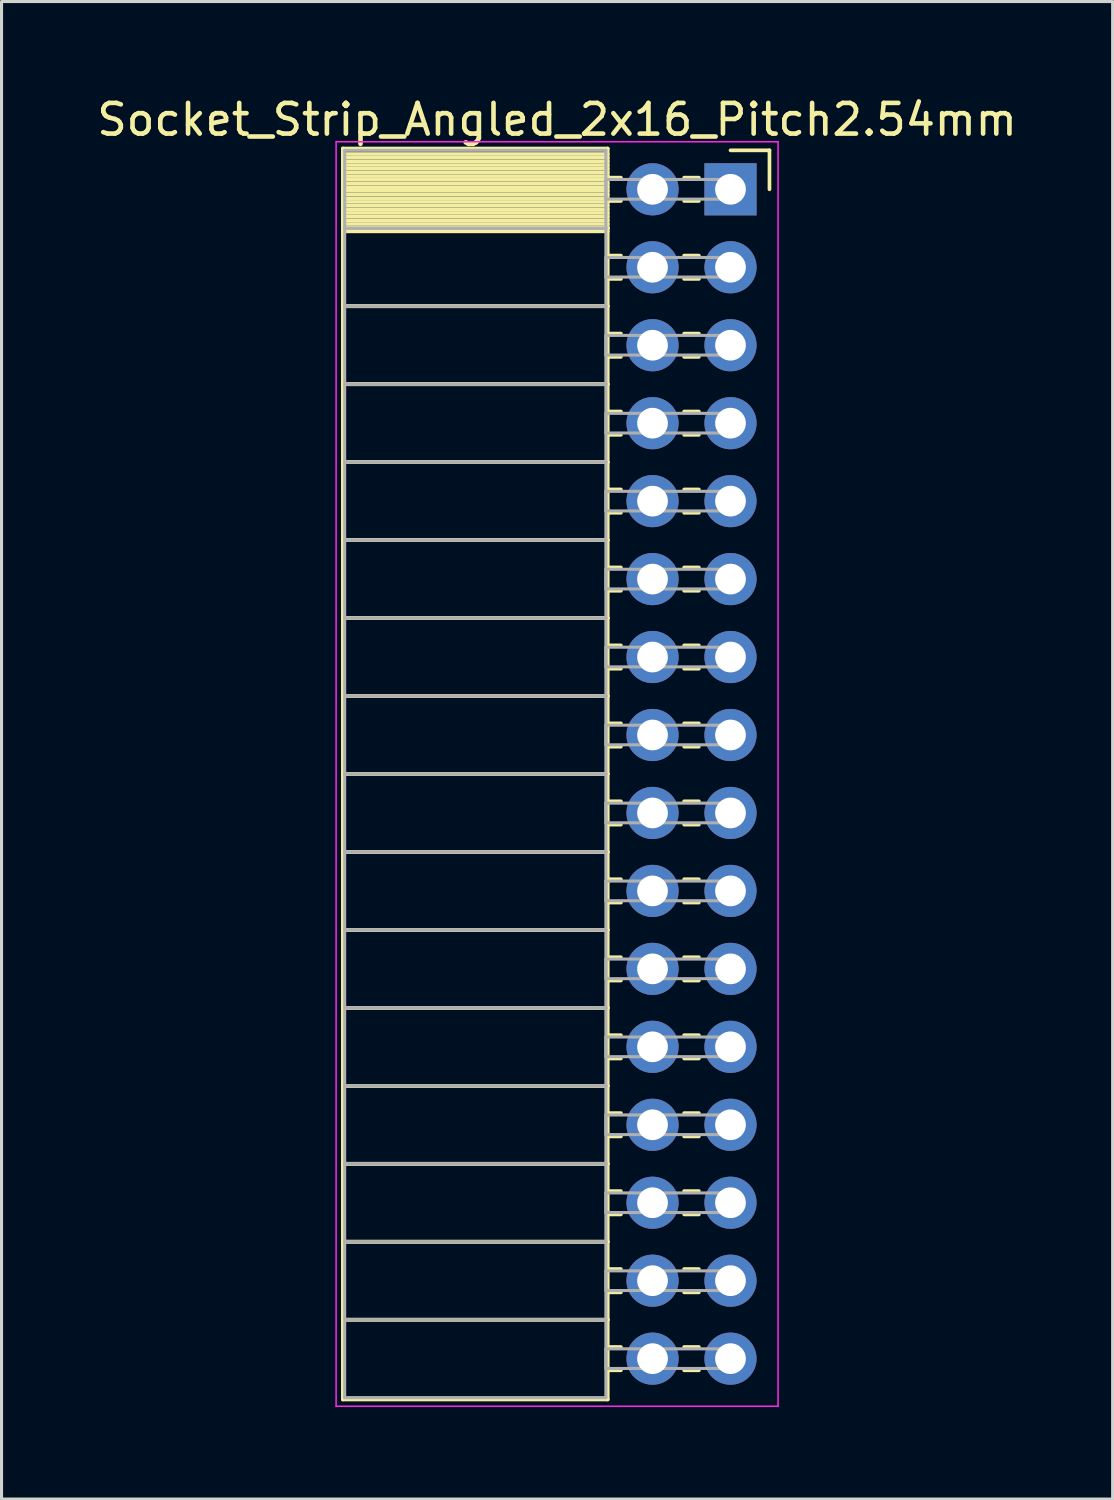
<source format=kicad_pcb>
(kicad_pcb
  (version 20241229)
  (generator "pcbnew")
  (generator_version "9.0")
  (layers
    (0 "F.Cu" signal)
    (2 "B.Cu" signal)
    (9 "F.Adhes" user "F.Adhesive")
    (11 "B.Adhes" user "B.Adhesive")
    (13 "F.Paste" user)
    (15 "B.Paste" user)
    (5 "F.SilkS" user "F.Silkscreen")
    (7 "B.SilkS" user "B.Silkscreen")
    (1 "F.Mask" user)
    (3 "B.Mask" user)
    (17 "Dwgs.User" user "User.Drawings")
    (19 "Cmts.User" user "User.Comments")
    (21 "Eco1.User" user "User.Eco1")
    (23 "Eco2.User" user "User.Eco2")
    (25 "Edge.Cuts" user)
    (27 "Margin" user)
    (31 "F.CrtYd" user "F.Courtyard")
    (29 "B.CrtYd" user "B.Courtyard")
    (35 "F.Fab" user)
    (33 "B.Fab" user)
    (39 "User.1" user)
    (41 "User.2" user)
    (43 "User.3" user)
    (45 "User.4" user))
  (footprint "Socket_Strip_Angled_2x16_Pitch2.54mm"
    (layer "F.Cu")
    (at 20.751 3.118)
    (property "Reference" "Socket_Strip_Angled_2x16_Pitch2.54mm" (at -5.65 -2.27 0) (layer "F.SilkS") (effects (font (size 1 1) (thickness 0.15))))
    (attr through_hole)
    (fp_line (start -12.63 -1.33) (end -4 -1.33) (stroke (width 0.12) (type solid)) (layer "F.SilkS"))
    (fp_line (start -12.63 1.27) (end -12.63 -1.33) (stroke (width 0.12) (type solid)) (layer "F.SilkS"))
    (fp_line (start -12.63 1.27) (end -4 1.27) (stroke (width 0.12) (type solid)) (layer "F.SilkS"))
    (fp_line (start -12.63 3.81) (end -12.63 1.27) (stroke (width 0.12) (type solid)) (layer "F.SilkS"))
    (fp_line (start -12.63 3.81) (end -4 3.81) (stroke (width 0.12) (type solid)) (layer "F.SilkS"))
    (fp_line (start -12.63 6.35) (end -12.63 3.81) (stroke (width 0.12) (type solid)) (layer "F.SilkS"))
    (fp_line (start -12.63 6.35) (end -4 6.35) (stroke (width 0.12) (type solid)) (layer "F.SilkS"))
    (fp_line (start -12.63 8.89) (end -12.63 6.35) (stroke (width 0.12) (type solid)) (layer "F.SilkS"))
    (fp_line (start -12.63 8.89) (end -4 8.89) (stroke (width 0.12) (type solid)) (layer "F.SilkS"))
    (fp_line (start -12.63 11.43) (end -12.63 8.89) (stroke (width 0.12) (type solid)) (layer "F.SilkS"))
    (fp_line (start -12.63 11.43) (end -4 11.43) (stroke (width 0.12) (type solid)) (layer "F.SilkS"))
    (fp_line (start -12.63 13.97) (end -12.63 11.43) (stroke (width 0.12) (type solid)) (layer "F.SilkS"))
    (fp_line (start -12.63 13.97) (end -4 13.97) (stroke (width 0.12) (type solid)) (layer "F.SilkS"))
    (fp_line (start -12.63 16.51) (end -12.63 13.97) (stroke (width 0.12) (type solid)) (layer "F.SilkS"))
    (fp_line (start -12.63 16.51) (end -4 16.51) (stroke (width 0.12) (type solid)) (layer "F.SilkS"))
    (fp_line (start -12.63 19.05) (end -12.63 16.51) (stroke (width 0.12) (type solid)) (layer "F.SilkS"))
    (fp_line (start -12.63 19.05) (end -4 19.05) (stroke (width 0.12) (type solid)) (layer "F.SilkS"))
    (fp_line (start -12.63 21.59) (end -12.63 19.05) (stroke (width 0.12) (type solid)) (layer "F.SilkS"))
    (fp_line (start -12.63 21.59) (end -4 21.59) (stroke (width 0.12) (type solid)) (layer "F.SilkS"))
    (fp_line (start -12.63 24.13) (end -12.63 21.59) (stroke (width 0.12) (type solid)) (layer "F.SilkS"))
    (fp_line (start -12.63 24.13) (end -4 24.13) (stroke (width 0.12) (type solid)) (layer "F.SilkS"))
    (fp_line (start -12.63 26.67) (end -12.63 24.13) (stroke (width 0.12) (type solid)) (layer "F.SilkS"))
    (fp_line (start -12.63 26.67) (end -4 26.67) (stroke (width 0.12) (type solid)) (layer "F.SilkS"))
    (fp_line (start -12.63 29.21) (end -12.63 26.67) (stroke (width 0.12) (type solid)) (layer "F.SilkS"))
    (fp_line (start -12.63 29.21) (end -4 29.21) (stroke (width 0.12) (type solid)) (layer "F.SilkS"))
    (fp_line (start -12.63 31.75) (end -12.63 29.21) (stroke (width 0.12) (type solid)) (layer "F.SilkS"))
    (fp_line (start -12.63 31.75) (end -4 31.75) (stroke (width 0.12) (type solid)) (layer "F.SilkS"))
    (fp_line (start -12.63 34.29) (end -12.63 31.75) (stroke (width 0.12) (type solid)) (layer "F.SilkS"))
    (fp_line (start -12.63 34.29) (end -4 34.29) (stroke (width 0.12) (type solid)) (layer "F.SilkS"))
    (fp_line (start -12.63 36.83) (end -12.63 34.29) (stroke (width 0.12) (type solid)) (layer "F.SilkS"))
    (fp_line (start -12.63 36.83) (end -4 36.83) (stroke (width 0.12) (type solid)) (layer "F.SilkS"))
    (fp_line (start -12.63 39.43) (end -12.63 36.83) (stroke (width 0.12) (type solid)) (layer "F.SilkS"))
    (fp_line (start -4 -1.33) (end -4 1.27) (stroke (width 0.12) (type solid)) (layer "F.SilkS"))
    (fp_line (start -4 -1.15) (end -12.63 -1.15) (stroke (width 0.12) (type solid)) (layer "F.SilkS"))
    (fp_line (start -4 -1.03) (end -12.63 -1.03) (stroke (width 0.12) (type solid)) (layer "F.SilkS"))
    (fp_line (start -4 -0.91) (end -12.63 -0.91) (stroke (width 0.12) (type solid)) (layer "F.SilkS"))
    (fp_line (start -4 -0.79) (end -12.63 -0.79) (stroke (width 0.12) (type solid)) (layer "F.SilkS"))
    (fp_line (start -4 -0.67) (end -12.63 -0.67) (stroke (width 0.12) (type solid)) (layer "F.SilkS"))
    (fp_line (start -4 -0.55) (end -12.63 -0.55) (stroke (width 0.12) (type solid)) (layer "F.SilkS"))
    (fp_line (start -4 -0.43) (end -12.63 -0.43) (stroke (width 0.12) (type solid)) (layer "F.SilkS"))
    (fp_line (start -4 -0.31) (end -12.63 -0.31) (stroke (width 0.12) (type solid)) (layer "F.SilkS"))
    (fp_line (start -4 -0.19) (end -12.63 -0.19) (stroke (width 0.12) (type solid)) (layer "F.SilkS"))
    (fp_line (start -4 -0.07) (end -12.63 -0.07) (stroke (width 0.12) (type solid)) (layer "F.SilkS"))
    (fp_line (start -4 0.05) (end -12.63 0.05) (stroke (width 0.12) (type solid)) (layer "F.SilkS"))
    (fp_line (start -4 0.17) (end -12.63 0.17) (stroke (width 0.12) (type solid)) (layer "F.SilkS"))
    (fp_line (start -4 0.29) (end -12.63 0.29) (stroke (width 0.12) (type solid)) (layer "F.SilkS"))
    (fp_line (start -4 0.41) (end -12.63 0.41) (stroke (width 0.12) (type solid)) (layer "F.SilkS"))
    (fp_line (start -4 0.53) (end -12.63 0.53) (stroke (width 0.12) (type solid)) (layer "F.SilkS"))
    (fp_line (start -4 0.65) (end -12.63 0.65) (stroke (width 0.12) (type solid)) (layer "F.SilkS"))
    (fp_line (start -4 0.77) (end -12.63 0.77) (stroke (width 0.12) (type solid)) (layer "F.SilkS"))
    (fp_line (start -4 0.89) (end -12.63 0.89) (stroke (width 0.12) (type solid)) (layer "F.SilkS"))
    (fp_line (start -4 1.01) (end -12.63 1.01) (stroke (width 0.12) (type solid)) (layer "F.SilkS"))
    (fp_line (start -4 1.13) (end -12.63 1.13) (stroke (width 0.12) (type solid)) (layer "F.SilkS"))
    (fp_line (start -4 1.25) (end -12.63 1.25) (stroke (width 0.12) (type solid)) (layer "F.SilkS"))
    (fp_line (start -4 1.27) (end -12.63 1.27) (stroke (width 0.12) (type solid)) (layer "F.SilkS"))
    (fp_line (start -4 1.27) (end -4 3.81) (stroke (width 0.12) (type solid)) (layer "F.SilkS"))
    (fp_line (start -4 1.37) (end -12.63 1.37) (stroke (width 0.12) (type solid)) (layer "F.SilkS"))
    (fp_line (start -4 3.81) (end -12.63 3.81) (stroke (width 0.12) (type solid)) (layer "F.SilkS"))
    (fp_line (start -4 3.81) (end -4 6.35) (stroke (width 0.12) (type solid)) (layer "F.SilkS"))
    (fp_line (start -4 6.35) (end -12.63 6.35) (stroke (width 0.12) (type solid)) (layer "F.SilkS"))
    (fp_line (start -4 6.35) (end -4 8.89) (stroke (width 0.12) (type solid)) (layer "F.SilkS"))
    (fp_line (start -4 8.89) (end -12.63 8.89) (stroke (width 0.12) (type solid)) (layer "F.SilkS"))
    (fp_line (start -4 8.89) (end -4 11.43) (stroke (width 0.12) (type solid)) (layer "F.SilkS"))
    (fp_line (start -4 11.43) (end -12.63 11.43) (stroke (width 0.12) (type solid)) (layer "F.SilkS"))
    (fp_line (start -4 11.43) (end -4 13.97) (stroke (width 0.12) (type solid)) (layer "F.SilkS"))
    (fp_line (start -4 13.97) (end -12.63 13.97) (stroke (width 0.12) (type solid)) (layer "F.SilkS"))
    (fp_line (start -4 13.97) (end -4 16.51) (stroke (width 0.12) (type solid)) (layer "F.SilkS"))
    (fp_line (start -4 16.51) (end -12.63 16.51) (stroke (width 0.12) (type solid)) (layer "F.SilkS"))
    (fp_line (start -4 16.51) (end -4 19.05) (stroke (width 0.12) (type solid)) (layer "F.SilkS"))
    (fp_line (start -4 19.05) (end -12.63 19.05) (stroke (width 0.12) (type solid)) (layer "F.SilkS"))
    (fp_line (start -4 19.05) (end -4 21.59) (stroke (width 0.12) (type solid)) (layer "F.SilkS"))
    (fp_line (start -4 21.59) (end -12.63 21.59) (stroke (width 0.12) (type solid)) (layer "F.SilkS"))
    (fp_line (start -4 21.59) (end -4 24.13) (stroke (width 0.12) (type solid)) (layer "F.SilkS"))
    (fp_line (start -4 24.13) (end -12.63 24.13) (stroke (width 0.12) (type solid)) (layer "F.SilkS"))
    (fp_line (start -4 24.13) (end -4 26.67) (stroke (width 0.12) (type solid)) (layer "F.SilkS"))
    (fp_line (start -4 26.67) (end -12.63 26.67) (stroke (width 0.12) (type solid)) (layer "F.SilkS"))
    (fp_line (start -4 26.67) (end -4 29.21) (stroke (width 0.12) (type solid)) (layer "F.SilkS"))
    (fp_line (start -4 29.21) (end -12.63 29.21) (stroke (width 0.12) (type solid)) (layer "F.SilkS"))
    (fp_line (start -4 29.21) (end -4 31.75) (stroke (width 0.12) (type solid)) (layer "F.SilkS"))
    (fp_line (start -4 31.75) (end -12.63 31.75) (stroke (width 0.12) (type solid)) (layer "F.SilkS"))
    (fp_line (start -4 31.75) (end -4 34.29) (stroke (width 0.12) (type solid)) (layer "F.SilkS"))
    (fp_line (start -4 34.29) (end -12.63 34.29) (stroke (width 0.12) (type solid)) (layer "F.SilkS"))
    (fp_line (start -4 34.29) (end -4 36.83) (stroke (width 0.12) (type solid)) (layer "F.SilkS"))
    (fp_line (start -4 36.83) (end -12.63 36.83) (stroke (width 0.12) (type solid)) (layer "F.SilkS"))
    (fp_line (start -4 36.83) (end -4 39.43) (stroke (width 0.12) (type solid)) (layer "F.SilkS"))
    (fp_line (start -4 39.43) (end -12.63 39.43) (stroke (width 0.12) (type solid)) (layer "F.SilkS"))
    (fp_line (start -3.57 -0.38) (end -4 -0.38) (stroke (width 0.12) (type solid)) (layer "F.SilkS"))
    (fp_line (start -3.57 0.38) (end -4 0.38) (stroke (width 0.12) (type solid)) (layer "F.SilkS"))
    (fp_line (start -3.57 2.16) (end -4 2.16) (stroke (width 0.12) (type solid)) (layer "F.SilkS"))
    (fp_line (start -3.57 2.92) (end -4 2.92) (stroke (width 0.12) (type solid)) (layer "F.SilkS"))
    (fp_line (start -3.57 4.7) (end -4 4.7) (stroke (width 0.12) (type solid)) (layer "F.SilkS"))
    (fp_line (start -3.57 5.46) (end -4 5.46) (stroke (width 0.12) (type solid)) (layer "F.SilkS"))
    (fp_line (start -3.57 7.24) (end -4 7.24) (stroke (width 0.12) (type solid)) (layer "F.SilkS"))
    (fp_line (start -3.57 8) (end -4 8) (stroke (width 0.12) (type solid)) (layer "F.SilkS"))
    (fp_line (start -3.57 9.78) (end -4 9.78) (stroke (width 0.12) (type solid)) (layer "F.SilkS"))
    (fp_line (start -3.57 10.54) (end -4 10.54) (stroke (width 0.12) (type solid)) (layer "F.SilkS"))
    (fp_line (start -3.57 12.32) (end -4 12.32) (stroke (width 0.12) (type solid)) (layer "F.SilkS"))
    (fp_line (start -3.57 13.08) (end -4 13.08) (stroke (width 0.12) (type solid)) (layer "F.SilkS"))
    (fp_line (start -3.57 14.86) (end -4 14.86) (stroke (width 0.12) (type solid)) (layer "F.SilkS"))
    (fp_line (start -3.57 15.62) (end -4 15.62) (stroke (width 0.12) (type solid)) (layer "F.SilkS"))
    (fp_line (start -3.57 17.4) (end -4 17.4) (stroke (width 0.12) (type solid)) (layer "F.SilkS"))
    (fp_line (start -3.57 18.16) (end -4 18.16) (stroke (width 0.12) (type solid)) (layer "F.SilkS"))
    (fp_line (start -3.57 19.94) (end -4 19.94) (stroke (width 0.12) (type solid)) (layer "F.SilkS"))
    (fp_line (start -3.57 20.7) (end -4 20.7) (stroke (width 0.12) (type solid)) (layer "F.SilkS"))
    (fp_line (start -3.57 22.48) (end -4 22.48) (stroke (width 0.12) (type solid)) (layer "F.SilkS"))
    (fp_line (start -3.57 23.24) (end -4 23.24) (stroke (width 0.12) (type solid)) (layer "F.SilkS"))
    (fp_line (start -3.57 25.02) (end -4 25.02) (stroke (width 0.12) (type solid)) (layer "F.SilkS"))
    (fp_line (start -3.57 25.78) (end -4 25.78) (stroke (width 0.12) (type solid)) (layer "F.SilkS"))
    (fp_line (start -3.57 27.56) (end -4 27.56) (stroke (width 0.12) (type solid)) (layer "F.SilkS"))
    (fp_line (start -3.57 28.32) (end -4 28.32) (stroke (width 0.12) (type solid)) (layer "F.SilkS"))
    (fp_line (start -3.57 30.1) (end -4 30.1) (stroke (width 0.12) (type solid)) (layer "F.SilkS"))
    (fp_line (start -3.57 30.86) (end -4 30.86) (stroke (width 0.12) (type solid)) (layer "F.SilkS"))
    (fp_line (start -3.57 32.64) (end -4 32.64) (stroke (width 0.12) (type solid)) (layer "F.SilkS"))
    (fp_line (start -3.57 33.4) (end -4 33.4) (stroke (width 0.12) (type solid)) (layer "F.SilkS"))
    (fp_line (start -3.57 35.18) (end -4 35.18) (stroke (width 0.12) (type solid)) (layer "F.SilkS"))
    (fp_line (start -3.57 35.94) (end -4 35.94) (stroke (width 0.12) (type solid)) (layer "F.SilkS"))
    (fp_line (start -3.57 37.72) (end -4 37.72) (stroke (width 0.12) (type solid)) (layer "F.SilkS"))
    (fp_line (start -3.57 38.48) (end -4 38.48) (stroke (width 0.12) (type solid)) (layer "F.SilkS"))
    (fp_line (start -1.03 -0.38) (end -1.51 -0.38) (stroke (width 0.12) (type solid)) (layer "F.SilkS"))
    (fp_line (start -1.03 0.38) (end -1.51 0.38) (stroke (width 0.12) (type solid)) (layer "F.SilkS"))
    (fp_line (start -1.03 2.16) (end -1.51 2.16) (stroke (width 0.12) (type solid)) (layer "F.SilkS"))
    (fp_line (start -1.03 2.92) (end -1.51 2.92) (stroke (width 0.12) (type solid)) (layer "F.SilkS"))
    (fp_line (start -1.03 4.7) (end -1.51 4.7) (stroke (width 0.12) (type solid)) (layer "F.SilkS"))
    (fp_line (start -1.03 5.46) (end -1.51 5.46) (stroke (width 0.12) (type solid)) (layer "F.SilkS"))
    (fp_line (start -1.03 7.24) (end -1.51 7.24) (stroke (width 0.12) (type solid)) (layer "F.SilkS"))
    (fp_line (start -1.03 8) (end -1.51 8) (stroke (width 0.12) (type solid)) (layer "F.SilkS"))
    (fp_line (start -1.03 9.78) (end -1.51 9.78) (stroke (width 0.12) (type solid)) (layer "F.SilkS"))
    (fp_line (start -1.03 10.54) (end -1.51 10.54) (stroke (width 0.12) (type solid)) (layer "F.SilkS"))
    (fp_line (start -1.03 12.32) (end -1.51 12.32) (stroke (width 0.12) (type solid)) (layer "F.SilkS"))
    (fp_line (start -1.03 13.08) (end -1.51 13.08) (stroke (width 0.12) (type solid)) (layer "F.SilkS"))
    (fp_line (start -1.03 14.86) (end -1.51 14.86) (stroke (width 0.12) (type solid)) (layer "F.SilkS"))
    (fp_line (start -1.03 15.62) (end -1.51 15.62) (stroke (width 0.12) (type solid)) (layer "F.SilkS"))
    (fp_line (start -1.03 17.4) (end -1.51 17.4) (stroke (width 0.12) (type solid)) (layer "F.SilkS"))
    (fp_line (start -1.03 18.16) (end -1.51 18.16) (stroke (width 0.12) (type solid)) (layer "F.SilkS"))
    (fp_line (start -1.03 19.94) (end -1.51 19.94) (stroke (width 0.12) (type solid)) (layer "F.SilkS"))
    (fp_line (start -1.03 20.7) (end -1.51 20.7) (stroke (width 0.12) (type solid)) (layer "F.SilkS"))
    (fp_line (start -1.03 22.48) (end -1.51 22.48) (stroke (width 0.12) (type solid)) (layer "F.SilkS"))
    (fp_line (start -1.03 23.24) (end -1.51 23.24) (stroke (width 0.12) (type solid)) (layer "F.SilkS"))
    (fp_line (start -1.03 25.02) (end -1.51 25.02) (stroke (width 0.12) (type solid)) (layer "F.SilkS"))
    (fp_line (start -1.03 25.78) (end -1.51 25.78) (stroke (width 0.12) (type solid)) (layer "F.SilkS"))
    (fp_line (start -1.03 27.56) (end -1.51 27.56) (stroke (width 0.12) (type solid)) (layer "F.SilkS"))
    (fp_line (start -1.03 28.32) (end -1.51 28.32) (stroke (width 0.12) (type solid)) (layer "F.SilkS"))
    (fp_line (start -1.03 30.1) (end -1.51 30.1) (stroke (width 0.12) (type solid)) (layer "F.SilkS"))
    (fp_line (start -1.03 30.86) (end -1.51 30.86) (stroke (width 0.12) (type solid)) (layer "F.SilkS"))
    (fp_line (start -1.03 32.64) (end -1.51 32.64) (stroke (width 0.12) (type solid)) (layer "F.SilkS"))
    (fp_line (start -1.03 33.4) (end -1.51 33.4) (stroke (width 0.12) (type solid)) (layer "F.SilkS"))
    (fp_line (start -1.03 35.18) (end -1.51 35.18) (stroke (width 0.12) (type solid)) (layer "F.SilkS"))
    (fp_line (start -1.03 35.94) (end -1.51 35.94) (stroke (width 0.12) (type solid)) (layer "F.SilkS"))
    (fp_line (start -1.03 37.72) (end -1.51 37.72) (stroke (width 0.12) (type solid)) (layer "F.SilkS"))
    (fp_line (start -1.03 38.48) (end -1.51 38.48) (stroke (width 0.12) (type solid)) (layer "F.SilkS"))
    (fp_line (start 0 -1.27) (end 1.27 -1.27) (stroke (width 0.12) (type solid)) (layer "F.SilkS"))
    (fp_line (start 1.27 -1.27) (end 1.27 0) (stroke (width 0.12) (type solid)) (layer "F.SilkS"))
    (fp_line (start -12.85 -1.55) (end 1.55 -1.55) (stroke (width 0.05) (type solid)) (layer "F.CrtYd"))
    (fp_line (start -12.85 39.65) (end -12.85 -1.55) (stroke (width 0.05) (type solid)) (layer "F.CrtYd"))
    (fp_line (start 1.55 -1.55) (end 1.55 39.65) (stroke (width 0.05) (type solid)) (layer "F.CrtYd"))
    (fp_line (start 1.55 39.65) (end -12.85 39.65) (stroke (width 0.05) (type solid)) (layer "F.CrtYd"))
    (fp_line (start -12.57 -1.27) (end -4.06 -1.27) (stroke (width 0.1) (type solid)) (layer "F.Fab"))
    (fp_line (start -12.57 1.27) (end -12.57 -1.27) (stroke (width 0.1) (type solid)) (layer "F.Fab"))
    (fp_line (start -12.57 1.27) (end -4.06 1.27) (stroke (width 0.1) (type solid)) (layer "F.Fab"))
    (fp_line (start -12.57 3.81) (end -12.57 1.27) (stroke (width 0.1) (type solid)) (layer "F.Fab"))
    (fp_line (start -12.57 3.81) (end -4.06 3.81) (stroke (width 0.1) (type solid)) (layer "F.Fab"))
    (fp_line (start -12.57 6.35) (end -12.57 3.81) (stroke (width 0.1) (type solid)) (layer "F.Fab"))
    (fp_line (start -12.57 6.35) (end -4.06 6.35) (stroke (width 0.1) (type solid)) (layer "F.Fab"))
    (fp_line (start -12.57 8.89) (end -12.57 6.35) (stroke (width 0.1) (type solid)) (layer "F.Fab"))
    (fp_line (start -12.57 8.89) (end -4.06 8.89) (stroke (width 0.1) (type solid)) (layer "F.Fab"))
    (fp_line (start -12.57 11.43) (end -12.57 8.89) (stroke (width 0.1) (type solid)) (layer "F.Fab"))
    (fp_line (start -12.57 11.43) (end -4.06 11.43) (stroke (width 0.1) (type solid)) (layer "F.Fab"))
    (fp_line (start -12.57 13.97) (end -12.57 11.43) (stroke (width 0.1) (type solid)) (layer "F.Fab"))
    (fp_line (start -12.57 13.97) (end -4.06 13.97) (stroke (width 0.1) (type solid)) (layer "F.Fab"))
    (fp_line (start -12.57 16.51) (end -12.57 13.97) (stroke (width 0.1) (type solid)) (layer "F.Fab"))
    (fp_line (start -12.57 16.51) (end -4.06 16.51) (stroke (width 0.1) (type solid)) (layer "F.Fab"))
    (fp_line (start -12.57 19.05) (end -12.57 16.51) (stroke (width 0.1) (type solid)) (layer "F.Fab"))
    (fp_line (start -12.57 19.05) (end -4.06 19.05) (stroke (width 0.1) (type solid)) (layer "F.Fab"))
    (fp_line (start -12.57 21.59) (end -12.57 19.05) (stroke (width 0.1) (type solid)) (layer "F.Fab"))
    (fp_line (start -12.57 21.59) (end -4.06 21.59) (stroke (width 0.1) (type solid)) (layer "F.Fab"))
    (fp_line (start -12.57 24.13) (end -12.57 21.59) (stroke (width 0.1) (type solid)) (layer "F.Fab"))
    (fp_line (start -12.57 24.13) (end -4.06 24.13) (stroke (width 0.1) (type solid)) (layer "F.Fab"))
    (fp_line (start -12.57 26.67) (end -12.57 24.13) (stroke (width 0.1) (type solid)) (layer "F.Fab"))
    (fp_line (start -12.57 26.67) (end -4.06 26.67) (stroke (width 0.1) (type solid)) (layer "F.Fab"))
    (fp_line (start -12.57 29.21) (end -12.57 26.67) (stroke (width 0.1) (type solid)) (layer "F.Fab"))
    (fp_line (start -12.57 29.21) (end -4.06 29.21) (stroke (width 0.1) (type solid)) (layer "F.Fab"))
    (fp_line (start -12.57 31.75) (end -12.57 29.21) (stroke (width 0.1) (type solid)) (layer "F.Fab"))
    (fp_line (start -12.57 31.75) (end -4.06 31.75) (stroke (width 0.1) (type solid)) (layer "F.Fab"))
    (fp_line (start -12.57 34.29) (end -12.57 31.75) (stroke (width 0.1) (type solid)) (layer "F.Fab"))
    (fp_line (start -12.57 34.29) (end -4.06 34.29) (stroke (width 0.1) (type solid)) (layer "F.Fab"))
    (fp_line (start -12.57 36.83) (end -12.57 34.29) (stroke (width 0.1) (type solid)) (layer "F.Fab"))
    (fp_line (start -12.57 36.83) (end -4.06 36.83) (stroke (width 0.1) (type solid)) (layer "F.Fab"))
    (fp_line (start -12.57 39.37) (end -12.57 36.83) (stroke (width 0.1) (type solid)) (layer "F.Fab"))
    (fp_line (start -4.06 -1.27) (end -4.06 1.27) (stroke (width 0.1) (type solid)) (layer "F.Fab"))
    (fp_line (start -4.06 -0.32) (end 0 -0.32) (stroke (width 0.1) (type solid)) (layer "F.Fab"))
    (fp_line (start -4.06 0.32) (end -4.06 -0.32) (stroke (width 0.1) (type solid)) (layer "F.Fab"))
    (fp_line (start -4.06 1.27) (end -12.57 1.27) (stroke (width 0.1) (type solid)) (layer "F.Fab"))
    (fp_line (start -4.06 1.27) (end -4.06 3.81) (stroke (width 0.1) (type solid)) (layer "F.Fab"))
    (fp_line (start -4.06 2.22) (end 0 2.22) (stroke (width 0.1) (type solid)) (layer "F.Fab"))
    (fp_line (start -4.06 2.86) (end -4.06 2.22) (stroke (width 0.1) (type solid)) (layer "F.Fab"))
    (fp_line (start -4.06 3.81) (end -12.57 3.81) (stroke (width 0.1) (type solid)) (layer "F.Fab"))
    (fp_line (start -4.06 3.81) (end -4.06 6.35) (stroke (width 0.1) (type solid)) (layer "F.Fab"))
    (fp_line (start -4.06 4.76) (end 0 4.76) (stroke (width 0.1) (type solid)) (layer "F.Fab"))
    (fp_line (start -4.06 5.4) (end -4.06 4.76) (stroke (width 0.1) (type solid)) (layer "F.Fab"))
    (fp_line (start -4.06 6.35) (end -12.57 6.35) (stroke (width 0.1) (type solid)) (layer "F.Fab"))
    (fp_line (start -4.06 6.35) (end -4.06 8.89) (stroke (width 0.1) (type solid)) (layer "F.Fab"))
    (fp_line (start -4.06 7.3) (end 0 7.3) (stroke (width 0.1) (type solid)) (layer "F.Fab"))
    (fp_line (start -4.06 7.94) (end -4.06 7.3) (stroke (width 0.1) (type solid)) (layer "F.Fab"))
    (fp_line (start -4.06 8.89) (end -12.57 8.89) (stroke (width 0.1) (type solid)) (layer "F.Fab"))
    (fp_line (start -4.06 8.89) (end -4.06 11.43) (stroke (width 0.1) (type solid)) (layer "F.Fab"))
    (fp_line (start -4.06 9.84) (end 0 9.84) (stroke (width 0.1) (type solid)) (layer "F.Fab"))
    (fp_line (start -4.06 10.48) (end -4.06 9.84) (stroke (width 0.1) (type solid)) (layer "F.Fab"))
    (fp_line (start -4.06 11.43) (end -12.57 11.43) (stroke (width 0.1) (type solid)) (layer "F.Fab"))
    (fp_line (start -4.06 11.43) (end -4.06 13.97) (stroke (width 0.1) (type solid)) (layer "F.Fab"))
    (fp_line (start -4.06 12.38) (end 0 12.38) (stroke (width 0.1) (type solid)) (layer "F.Fab"))
    (fp_line (start -4.06 13.02) (end -4.06 12.38) (stroke (width 0.1) (type solid)) (layer "F.Fab"))
    (fp_line (start -4.06 13.97) (end -12.57 13.97) (stroke (width 0.1) (type solid)) (layer "F.Fab"))
    (fp_line (start -4.06 13.97) (end -4.06 16.51) (stroke (width 0.1) (type solid)) (layer "F.Fab"))
    (fp_line (start -4.06 14.92) (end 0 14.92) (stroke (width 0.1) (type solid)) (layer "F.Fab"))
    (fp_line (start -4.06 15.56) (end -4.06 14.92) (stroke (width 0.1) (type solid)) (layer "F.Fab"))
    (fp_line (start -4.06 16.51) (end -12.57 16.51) (stroke (width 0.1) (type solid)) (layer "F.Fab"))
    (fp_line (start -4.06 16.51) (end -4.06 19.05) (stroke (width 0.1) (type solid)) (layer "F.Fab"))
    (fp_line (start -4.06 17.46) (end 0 17.46) (stroke (width 0.1) (type solid)) (layer "F.Fab"))
    (fp_line (start -4.06 18.1) (end -4.06 17.46) (stroke (width 0.1) (type solid)) (layer "F.Fab"))
    (fp_line (start -4.06 19.05) (end -12.57 19.05) (stroke (width 0.1) (type solid)) (layer "F.Fab"))
    (fp_line (start -4.06 19.05) (end -4.06 21.59) (stroke (width 0.1) (type solid)) (layer "F.Fab"))
    (fp_line (start -4.06 20) (end 0 20) (stroke (width 0.1) (type solid)) (layer "F.Fab"))
    (fp_line (start -4.06 20.64) (end -4.06 20) (stroke (width 0.1) (type solid)) (layer "F.Fab"))
    (fp_line (start -4.06 21.59) (end -12.57 21.59) (stroke (width 0.1) (type solid)) (layer "F.Fab"))
    (fp_line (start -4.06 21.59) (end -4.06 24.13) (stroke (width 0.1) (type solid)) (layer "F.Fab"))
    (fp_line (start -4.06 22.54) (end 0 22.54) (stroke (width 0.1) (type solid)) (layer "F.Fab"))
    (fp_line (start -4.06 23.18) (end -4.06 22.54) (stroke (width 0.1) (type solid)) (layer "F.Fab"))
    (fp_line (start -4.06 24.13) (end -12.57 24.13) (stroke (width 0.1) (type solid)) (layer "F.Fab"))
    (fp_line (start -4.06 24.13) (end -4.06 26.67) (stroke (width 0.1) (type solid)) (layer "F.Fab"))
    (fp_line (start -4.06 25.08) (end 0 25.08) (stroke (width 0.1) (type solid)) (layer "F.Fab"))
    (fp_line (start -4.06 25.72) (end -4.06 25.08) (stroke (width 0.1) (type solid)) (layer "F.Fab"))
    (fp_line (start -4.06 26.67) (end -12.57 26.67) (stroke (width 0.1) (type solid)) (layer "F.Fab"))
    (fp_line (start -4.06 26.67) (end -4.06 29.21) (stroke (width 0.1) (type solid)) (layer "F.Fab"))
    (fp_line (start -4.06 27.62) (end 0 27.62) (stroke (width 0.1) (type solid)) (layer "F.Fab"))
    (fp_line (start -4.06 28.26) (end -4.06 27.62) (stroke (width 0.1) (type solid)) (layer "F.Fab"))
    (fp_line (start -4.06 29.21) (end -12.57 29.21) (stroke (width 0.1) (type solid)) (layer "F.Fab"))
    (fp_line (start -4.06 29.21) (end -4.06 31.75) (stroke (width 0.1) (type solid)) (layer "F.Fab"))
    (fp_line (start -4.06 30.16) (end 0 30.16) (stroke (width 0.1) (type solid)) (layer "F.Fab"))
    (fp_line (start -4.06 30.8) (end -4.06 30.16) (stroke (width 0.1) (type solid)) (layer "F.Fab"))
    (fp_line (start -4.06 31.75) (end -12.57 31.75) (stroke (width 0.1) (type solid)) (layer "F.Fab"))
    (fp_line (start -4.06 31.75) (end -4.06 34.29) (stroke (width 0.1) (type solid)) (layer "F.Fab"))
    (fp_line (start -4.06 32.7) (end 0 32.7) (stroke (width 0.1) (type solid)) (layer "F.Fab"))
    (fp_line (start -4.06 33.34) (end -4.06 32.7) (stroke (width 0.1) (type solid)) (layer "F.Fab"))
    (fp_line (start -4.06 34.29) (end -12.57 34.29) (stroke (width 0.1) (type solid)) (layer "F.Fab"))
    (fp_line (start -4.06 34.29) (end -4.06 36.83) (stroke (width 0.1) (type solid)) (layer "F.Fab"))
    (fp_line (start -4.06 35.24) (end 0 35.24) (stroke (width 0.1) (type solid)) (layer "F.Fab"))
    (fp_line (start -4.06 35.88) (end -4.06 35.24) (stroke (width 0.1) (type solid)) (layer "F.Fab"))
    (fp_line (start -4.06 36.83) (end -12.57 36.83) (stroke (width 0.1) (type solid)) (layer "F.Fab"))
    (fp_line (start -4.06 36.83) (end -4.06 39.37) (stroke (width 0.1) (type solid)) (layer "F.Fab"))
    (fp_line (start -4.06 37.78) (end 0 37.78) (stroke (width 0.1) (type solid)) (layer "F.Fab"))
    (fp_line (start -4.06 38.42) (end -4.06 37.78) (stroke (width 0.1) (type solid)) (layer "F.Fab"))
    (fp_line (start -4.06 39.37) (end -12.57 39.37) (stroke (width 0.1) (type solid)) (layer "F.Fab"))
    (fp_line (start 0 -0.32) (end 0 0.32) (stroke (width 0.1) (type solid)) (layer "F.Fab"))
    (fp_line (start 0 0.32) (end -4.06 0.32) (stroke (width 0.1) (type solid)) (layer "F.Fab"))
    (fp_line (start 0 2.22) (end 0 2.86) (stroke (width 0.1) (type solid)) (layer "F.Fab"))
    (fp_line (start 0 2.86) (end -4.06 2.86) (stroke (width 0.1) (type solid)) (layer "F.Fab"))
    (fp_line (start 0 4.76) (end 0 5.4) (stroke (width 0.1) (type solid)) (layer "F.Fab"))
    (fp_line (start 0 5.4) (end -4.06 5.4) (stroke (width 0.1) (type solid)) (layer "F.Fab"))
    (fp_line (start 0 7.3) (end 0 7.94) (stroke (width 0.1) (type solid)) (layer "F.Fab"))
    (fp_line (start 0 7.94) (end -4.06 7.94) (stroke (width 0.1) (type solid)) (layer "F.Fab"))
    (fp_line (start 0 9.84) (end 0 10.48) (stroke (width 0.1) (type solid)) (layer "F.Fab"))
    (fp_line (start 0 10.48) (end -4.06 10.48) (stroke (width 0.1) (type solid)) (layer "F.Fab"))
    (fp_line (start 0 12.38) (end 0 13.02) (stroke (width 0.1) (type solid)) (layer "F.Fab"))
    (fp_line (start 0 13.02) (end -4.06 13.02) (stroke (width 0.1) (type solid)) (layer "F.Fab"))
    (fp_line (start 0 14.92) (end 0 15.56) (stroke (width 0.1) (type solid)) (layer "F.Fab"))
    (fp_line (start 0 15.56) (end -4.06 15.56) (stroke (width 0.1) (type solid)) (layer "F.Fab"))
    (fp_line (start 0 17.46) (end 0 18.1) (stroke (width 0.1) (type solid)) (layer "F.Fab"))
    (fp_line (start 0 18.1) (end -4.06 18.1) (stroke (width 0.1) (type solid)) (layer "F.Fab"))
    (fp_line (start 0 20) (end 0 20.64) (stroke (width 0.1) (type solid)) (layer "F.Fab"))
    (fp_line (start 0 20.64) (end -4.06 20.64) (stroke (width 0.1) (type solid)) (layer "F.Fab"))
    (fp_line (start 0 22.54) (end 0 23.18) (stroke (width 0.1) (type solid)) (layer "F.Fab"))
    (fp_line (start 0 23.18) (end -4.06 23.18) (stroke (width 0.1) (type solid)) (layer "F.Fab"))
    (fp_line (start 0 25.08) (end 0 25.72) (stroke (width 0.1) (type solid)) (layer "F.Fab"))
    (fp_line (start 0 25.72) (end -4.06 25.72) (stroke (width 0.1) (type solid)) (layer "F.Fab"))
    (fp_line (start 0 27.62) (end 0 28.26) (stroke (width 0.1) (type solid)) (layer "F.Fab"))
    (fp_line (start 0 28.26) (end -4.06 28.26) (stroke (width 0.1) (type solid)) (layer "F.Fab"))
    (fp_line (start 0 30.16) (end 0 30.8) (stroke (width 0.1) (type solid)) (layer "F.Fab"))
    (fp_line (start 0 30.8) (end -4.06 30.8) (stroke (width 0.1) (type solid)) (layer "F.Fab"))
    (fp_line (start 0 32.7) (end 0 33.34) (stroke (width 0.1) (type solid)) (layer "F.Fab"))
    (fp_line (start 0 33.34) (end -4.06 33.34) (stroke (width 0.1) (type solid)) (layer "F.Fab"))
    (fp_line (start 0 35.24) (end 0 35.88) (stroke (width 0.1) (type solid)) (layer "F.Fab"))
    (fp_line (start 0 35.88) (end -4.06 35.88) (stroke (width 0.1) (type solid)) (layer "F.Fab"))
    (fp_line (start 0 37.78) (end 0 38.42) (stroke (width 0.1) (type solid)) (layer "F.Fab"))
    (fp_line (start 0 38.42) (end -4.06 38.42) (stroke (width 0.1) (type solid)) (layer "F.Fab"))
    (pad "1" thru_hole rect (at 0 0) (size 1.7 1.7) (drill 1) (layers "*.Cu" "*.Mask"))
    (pad "2" thru_hole oval (at -2.54 0) (size 1.7 1.7) (drill 1) (layers "*.Cu" "*.Mask"))
    (pad "3" thru_hole oval (at 0 2.54) (size 1.7 1.7) (drill 1) (layers "*.Cu" "*.Mask"))
    (pad "4" thru_hole oval (at -2.54 2.54) (size 1.7 1.7) (drill 1) (layers "*.Cu" "*.Mask"))
    (pad "5" thru_hole oval (at 0 5.08) (size 1.7 1.7) (drill 1) (layers "*.Cu" "*.Mask"))
    (pad "6" thru_hole oval (at -2.54 5.08) (size 1.7 1.7) (drill 1) (layers "*.Cu" "*.Mask"))
    (pad "7" thru_hole oval (at 0 7.62) (size 1.7 1.7) (drill 1) (layers "*.Cu" "*.Mask"))
    (pad "8" thru_hole oval (at -2.54 7.62) (size 1.7 1.7) (drill 1) (layers "*.Cu" "*.Mask"))
    (pad "9" thru_hole oval (at 0 10.16) (size 1.7 1.7) (drill 1) (layers "*.Cu" "*.Mask"))
    (pad "10" thru_hole oval (at -2.54 10.16) (size 1.7 1.7) (drill 1) (layers "*.Cu" "*.Mask"))
    (pad "11" thru_hole oval (at 0 12.7) (size 1.7 1.7) (drill 1) (layers "*.Cu" "*.Mask"))
    (pad "12" thru_hole oval (at -2.54 12.7) (size 1.7 1.7) (drill 1) (layers "*.Cu" "*.Mask"))
    (pad "13" thru_hole oval (at 0 15.24) (size 1.7 1.7) (drill 1) (layers "*.Cu" "*.Mask"))
    (pad "14" thru_hole oval (at -2.54 15.24) (size 1.7 1.7) (drill 1) (layers "*.Cu" "*.Mask"))
    (pad "15" thru_hole oval (at 0 17.78) (size 1.7 1.7) (drill 1) (layers "*.Cu" "*.Mask"))
    (pad "16" thru_hole oval (at -2.54 17.78) (size 1.7 1.7) (drill 1) (layers "*.Cu" "*.Mask"))
    (pad "17" thru_hole oval (at 0 20.32) (size 1.7 1.7) (drill 1) (layers "*.Cu" "*.Mask"))
    (pad "18" thru_hole oval (at -2.54 20.32) (size 1.7 1.7) (drill 1) (layers "*.Cu" "*.Mask"))
    (pad "19" thru_hole oval (at 0 22.86) (size 1.7 1.7) (drill 1) (layers "*.Cu" "*.Mask"))
    (pad "20" thru_hole oval (at -2.54 22.86) (size 1.7 1.7) (drill 1) (layers "*.Cu" "*.Mask"))
    (pad "21" thru_hole oval (at 0 25.4) (size 1.7 1.7) (drill 1) (layers "*.Cu" "*.Mask"))
    (pad "22" thru_hole oval (at -2.54 25.4) (size 1.7 1.7) (drill 1) (layers "*.Cu" "*.Mask"))
    (pad "23" thru_hole oval (at 0 27.94) (size 1.7 1.7) (drill 1) (layers "*.Cu" "*.Mask"))
    (pad "24" thru_hole oval (at -2.54 27.94) (size 1.7 1.7) (drill 1) (layers "*.Cu" "*.Mask"))
    (pad "25" thru_hole oval (at 0 30.48) (size 1.7 1.7) (drill 1) (layers "*.Cu" "*.Mask"))
    (pad "26" thru_hole oval (at -2.54 30.48) (size 1.7 1.7) (drill 1) (layers "*.Cu" "*.Mask"))
    (pad "27" thru_hole oval (at 0 33.02) (size 1.7 1.7) (drill 1) (layers "*.Cu" "*.Mask"))
    (pad "28" thru_hole oval (at -2.54 33.02) (size 1.7 1.7) (drill 1) (layers "*.Cu" "*.Mask"))
    (pad "29" thru_hole oval (at 0 35.56) (size 1.7 1.7) (drill 1) (layers "*.Cu" "*.Mask"))
    (pad "30" thru_hole oval (at -2.54 35.56) (size 1.7 1.7) (drill 1) (layers "*.Cu" "*.Mask"))
    (pad "31" thru_hole oval (at 0 38.1) (size 1.7 1.7) (drill 1) (layers "*.Cu" "*.Mask"))
    (pad "32" thru_hole oval (at -2.54 38.1) (size 1.7 1.7) (drill 1) (layers "*.Cu" "*.Mask")))
  (gr_rect
    (start -3 -3)
    (end 33.202 45.793)
    (stroke (width 0.1) (type default))
    (fill no)
    (layer "Edge.Cuts")))
</source>
